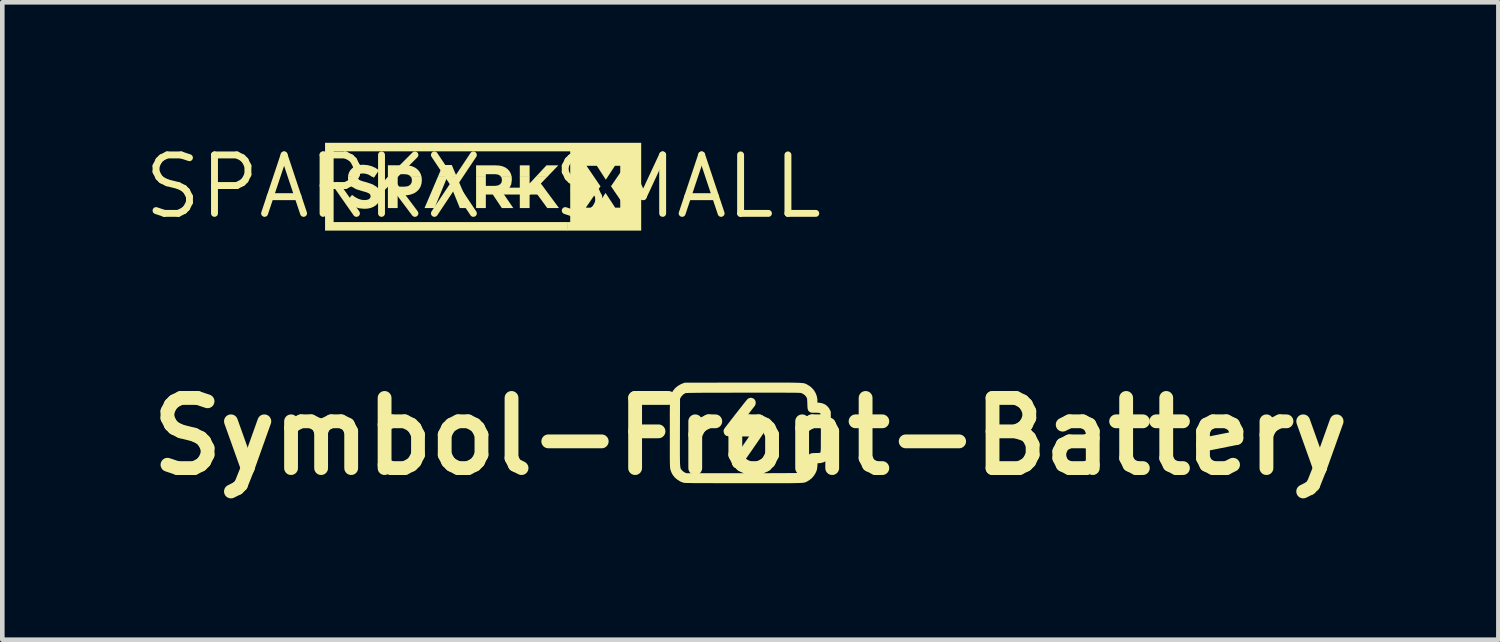
<source format=kicad_pcb>
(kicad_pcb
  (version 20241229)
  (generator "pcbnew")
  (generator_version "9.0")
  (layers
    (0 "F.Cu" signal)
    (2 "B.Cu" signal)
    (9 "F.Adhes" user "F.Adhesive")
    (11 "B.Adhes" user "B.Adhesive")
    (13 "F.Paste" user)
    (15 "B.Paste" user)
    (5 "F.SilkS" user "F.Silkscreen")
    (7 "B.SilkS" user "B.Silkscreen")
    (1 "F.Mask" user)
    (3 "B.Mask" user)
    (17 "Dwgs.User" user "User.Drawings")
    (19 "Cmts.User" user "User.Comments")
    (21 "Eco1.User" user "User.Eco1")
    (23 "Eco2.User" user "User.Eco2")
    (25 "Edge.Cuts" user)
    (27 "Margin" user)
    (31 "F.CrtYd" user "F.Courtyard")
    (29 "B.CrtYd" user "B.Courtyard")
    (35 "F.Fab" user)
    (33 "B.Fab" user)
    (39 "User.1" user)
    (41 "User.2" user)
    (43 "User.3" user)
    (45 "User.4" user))
  (footprint "Symbol-Front-Battery"
    (layer "F.Cu")
    (at 13.252 6.43)
    (property "Reference" "Symbol-Front-Battery" (at 0 0 0) (layer "F.SilkS") (effects (font (size 1.524 1.524) (thickness 0.3))))
    (attr board_only exclude_from_pos_files exclude_from_bom)
    (fp_poly (pts (xy 0.03 -0.836) (xy 0.062 -0.825) (xy 0.09 -0.803) (xy 0.106 -0.779) (xy 0.115 -0.75) (xy 0.116 -0.716) (xy 0.108 -0.685) (xy 0.1 -0.669) (xy 0.093 -0.659) (xy 0.078 -0.639) (xy 0.056 -0.611) (xy 0.029 -0.576) (xy -0.002 -0.536) (xy -0.037 -0.491) (xy -0.074 -0.444) (xy -0.081 -0.434) (xy -0.247 -0.222) (xy -0.016 -0.219) (xy 0.05 -0.218) (xy 0.105 -0.217) (xy 0.148 -0.215) (xy 0.182 -0.213) (xy 0.208 -0.21) (xy 0.228 -0.206) (xy 0.242 -0.201) (xy 0.253 -0.194) (xy 0.261 -0.186) (xy 0.269 -0.175) (xy 0.273 -0.168) (xy 0.282 -0.147) (xy 0.287 -0.12) (xy 0.289 -0.093) (xy 0.286 -0.072) (xy 0.283 -0.067) (xy 0.274 -0.052) (xy 0.258 -0.028) (xy 0.237 0.004) (xy 0.21 0.044) (xy 0.18 0.088) (xy 0.146 0.138) (xy 0.109 0.191) (xy 0.071 0.246) (xy 0.032 0.303) (xy -0.007 0.359) (xy -0.046 0.414) (xy -0.082 0.467) (xy -0.117 0.516) (xy -0.149 0.561) (xy -0.176 0.6) (xy -0.199 0.632) (xy -0.217 0.656) (xy -0.228 0.67) (xy -0.232 0.675) (xy -0.249 0.682) (xy -0.273 0.687) (xy -0.287 0.689) (xy -0.313 0.69) (xy -0.331 0.685) (xy -0.349 0.676) (xy -0.373 0.653) (xy -0.39 0.624) (xy -0.4 0.593) (xy -0.4 0.568) (xy -0.397 0.558) (xy -0.389 0.542) (xy -0.375 0.519) (xy -0.356 0.489) (xy -0.331 0.45) (xy -0.299 0.402) (xy -0.261 0.345) (xy -0.215 0.277) (xy -0.212 0.273) (xy -0.028 0.003) (xy -0.269 0) (xy -0.343 -0.001) (xy -0.404 -0.003) (xy -0.452 -0.004) (xy -0.488 -0.006) (xy -0.511 -0.009) (xy -0.523 -0.011) (xy -0.523 -0.011) (xy -0.537 -0.021) (xy -0.553 -0.036) (xy -0.557 -0.04) (xy -0.572 -0.065) (xy -0.58 -0.096) (xy -0.581 -0.128) (xy -0.573 -0.155) (xy -0.567 -0.164) (xy -0.554 -0.182) (xy -0.534 -0.209) (xy -0.508 -0.243) (xy -0.477 -0.282) (xy -0.443 -0.327) (xy -0.406 -0.375) (xy -0.366 -0.426) (xy -0.326 -0.478) (xy -0.285 -0.53) (xy -0.245 -0.581) (xy -0.207 -0.629) (xy -0.172 -0.674) (xy -0.14 -0.715) (xy -0.112 -0.749) (xy -0.09 -0.777) (xy -0.074 -0.796) (xy -0.066 -0.805) (xy -0.037 -0.827) (xy -0.004 -0.837)) (stroke (width 0) (type solid)) (fill yes) (layer "F.SilkS"))
    (fp_poly (pts (xy 0.591 -1.168) (xy 0.679 -1.168) (xy 0.757 -1.168) (xy 0.827 -1.168) (xy 0.889 -1.167) (xy 0.942 -1.166) (xy 0.989 -1.165) (xy 1.029 -1.164) (xy 1.064 -1.163) (xy 1.093 -1.161) (xy 1.118 -1.159) (xy 1.138 -1.157) (xy 1.156 -1.155) (xy 1.17 -1.152) (xy 1.182 -1.149) (xy 1.193 -1.145) (xy 1.202 -1.141) (xy 1.211 -1.137) (xy 1.221 -1.132) (xy 1.231 -1.127) (xy 1.236 -1.124) (xy 1.294 -1.089) (xy 1.345 -1.044) (xy 1.388 -0.991) (xy 1.422 -0.932) (xy 1.444 -0.87) (xy 1.456 -0.806) (xy 1.456 -0.783) (xy 1.456 -0.734) (xy 1.502 -0.73) (xy 1.564 -0.718) (xy 1.619 -0.696) (xy 1.665 -0.662) (xy 1.704 -0.618) (xy 1.725 -0.582) (xy 1.747 -0.537) (xy 1.749 -0.09) (xy 1.749 0.001) (xy 1.749 0.079) (xy 1.75 0.145) (xy 1.749 0.201) (xy 1.749 0.247) (xy 1.749 0.285) (xy 1.748 0.316) (xy 1.747 0.34) (xy 1.746 0.359) (xy 1.744 0.373) (xy 1.742 0.385) (xy 1.74 0.394) (xy 1.74 0.396) (xy 1.717 0.451) (xy 1.684 0.498) (xy 1.643 0.535) (xy 1.593 0.562) (xy 1.536 0.578) (xy 1.511 0.581) (xy 1.46 0.585) (xy 1.456 0.646) (xy 1.452 0.687) (xy 1.446 0.721) (xy 1.436 0.753) (xy 1.421 0.788) (xy 1.409 0.81) (xy 1.378 0.859) (xy 1.337 0.906) (xy 1.289 0.946) (xy 1.247 0.972) (xy 1.237 0.978) (xy 1.228 0.983) (xy 1.219 0.988) (xy 1.211 0.992) (xy 1.202 0.996) (xy 1.192 0.999) (xy 1.18 1.002) (xy 1.165 1.005) (xy 1.148 1.008) (xy 1.127 1.01) (xy 1.102 1.011) (xy 1.072 1.013) (xy 1.037 1.014) (xy 0.996 1.015) (xy 0.948 1.016) (xy 0.893 1.017) (xy 0.83 1.018) (xy 0.758 1.018) (xy 0.678 1.018) (xy 0.588 1.018) (xy 0.488 1.018) (xy 0.377 1.018) (xy 0.255 1.018) (xy 0.121 1.018) (xy -0.026 1.018) (xy -0.15 1.018) (xy -0.309 1.018) (xy -0.456 1.018) (xy -0.589 1.018) (xy -0.711 1.018) (xy -0.82 1.017) (xy -0.919 1.017) (xy -1.008 1.017) (xy -1.087 1.016) (xy -1.156 1.016) (xy -1.216 1.016) (xy -1.269 1.015) (xy -1.313 1.014) (xy -1.35 1.014) (xy -1.381 1.013) (xy -1.405 1.012) (xy -1.424 1.011) (xy -1.438 1.01) (xy -1.448 1.009) (xy -1.452 1.008) (xy -1.516 0.984) (xy -1.577 0.948) (xy -1.632 0.903) (xy -1.661 0.871) (xy -1.697 0.821) (xy -1.722 0.767) (xy -1.737 0.721) (xy -1.739 0.712) (xy -1.741 0.703) (xy -1.742 0.693) (xy -1.744 0.681) (xy -1.745 0.666) (xy -1.746 0.647) (xy -1.747 0.624) (xy -1.748 0.596) (xy -1.749 0.562) (xy -1.749 0.521) (xy -1.75 0.473) (xy -1.75 0.415) (xy -1.75 0.349) (xy -1.75 0.316) (xy -1.531 0.316) (xy -1.531 0.388) (xy -1.53 0.45) (xy -1.53 0.504) (xy -1.529 0.549) (xy -1.528 0.587) (xy -1.526 0.618) (xy -1.524 0.644) (xy -1.522 0.664) (xy -1.519 0.681) (xy -1.516 0.694) (xy -1.512 0.704) (xy -1.507 0.713) (xy -1.502 0.72) (xy -1.495 0.727) (xy -1.489 0.735) (xy -1.486 0.738) (xy -1.464 0.759) (xy -1.438 0.777) (xy -1.426 0.784) (xy -1.391 0.8) (xy -0.151 0.8) (xy 0.01 0.8) (xy 0.159 0.8) (xy 0.294 0.8) (xy 0.417 0.8) (xy 0.529 0.799) (xy 0.629 0.799) (xy 0.718 0.799) (xy 0.797 0.798) (xy 0.866 0.798) (xy 0.926 0.797) (xy 0.976 0.797) (xy 1.018 0.796) (xy 1.052 0.795) (xy 1.079 0.795) (xy 1.098 0.794) (xy 1.111 0.793) (xy 1.117 0.792) (xy 1.142 0.779) (xy 1.17 0.759) (xy 1.196 0.733) (xy 1.217 0.705) (xy 1.229 0.68) (xy 1.229 0.68) (xy 1.233 0.661) (xy 1.235 0.633) (xy 1.237 0.598) (xy 1.238 0.56) (xy 1.238 0.513) (xy 1.24 0.478) (xy 1.244 0.451) (xy 1.25 0.431) (xy 1.26 0.414) (xy 1.273 0.399) (xy 1.273 0.399) (xy 1.289 0.385) (xy 1.306 0.375) (xy 1.328 0.368) (xy 1.357 0.364) (xy 1.395 0.363) (xy 1.425 0.362) (xy 1.462 0.362) (xy 1.487 0.361) (xy 1.504 0.358) (xy 1.514 0.354) (xy 1.519 0.351) (xy 1.522 0.348) (xy 1.524 0.344) (xy 1.526 0.337) (xy 1.527 0.326) (xy 1.528 0.311) (xy 1.529 0.291) (xy 1.53 0.263) (xy 1.531 0.228) (xy 1.531 0.185) (xy 1.531 0.131) (xy 1.531 0.067) (xy 1.532 -0.01) (xy 1.532 -0.073) (xy 1.532 -0.158) (xy 1.531 -0.231) (xy 1.531 -0.292) (xy 1.531 -0.343) (xy 1.531 -0.384) (xy 1.53 -0.417) (xy 1.529 -0.442) (xy 1.528 -0.461) (xy 1.527 -0.475) (xy 1.525 -0.485) (xy 1.523 -0.491) (xy 1.521 -0.495) (xy 1.518 -0.499) (xy 1.518 -0.499) (xy 1.511 -0.505) (xy 1.502 -0.508) (xy 1.489 -0.511) (xy 1.469 -0.512) (xy 1.439 -0.513) (xy 1.409 -0.513) (xy 1.371 -0.513) (xy 1.344 -0.514) (xy 1.325 -0.515) (xy 1.311 -0.518) (xy 1.3 -0.523) (xy 1.292 -0.528) (xy 1.275 -0.541) (xy 1.262 -0.554) (xy 1.253 -0.571) (xy 1.246 -0.593) (xy 1.242 -0.621) (xy 1.239 -0.66) (xy 1.238 -0.708) (xy 1.236 -0.751) (xy 1.235 -0.782) (xy 1.233 -0.805) (xy 1.231 -0.821) (xy 1.227 -0.834) (xy 1.221 -0.845) (xy 1.214 -0.858) (xy 1.213 -0.859) (xy 1.184 -0.894) (xy 1.146 -0.922) (xy 1.103 -0.941) (xy 1.092 -0.943) (xy 1.082 -0.944) (xy 1.062 -0.945) (xy 1.031 -0.946) (xy 0.99 -0.947) (xy 0.938 -0.947) (xy 0.874 -0.948) (xy 0.8 -0.948) (xy 0.713 -0.949) (xy 0.615 -0.949) (xy 0.504 -0.949) (xy 0.381 -0.949) (xy 0.246 -0.949) (xy 0.097 -0.949) (xy -0.065 -0.949) (xy -0.168 -0.949) (xy -0.32 -0.949) (xy -0.459 -0.948) (xy -0.585 -0.948) (xy -0.7 -0.948) (xy -0.803 -0.948) (xy -0.896 -0.947) (xy -0.978 -0.947) (xy -1.051 -0.947) (xy -1.116 -0.946) (xy -1.172 -0.946) (xy -1.22 -0.945) (xy -1.261 -0.945) (xy -1.296 -0.944) (xy -1.325 -0.944) (xy -1.349 -0.943) (xy -1.368 -0.942) (xy -1.383 -0.941) (xy -1.395 -0.94) (xy -1.404 -0.939) (xy -1.41 -0.937) (xy -1.415 -0.936) (xy -1.419 -0.935) (xy -1.451 -0.915) (xy -1.482 -0.886) (xy -1.508 -0.854) (xy -1.513 -0.844) (xy -1.528 -0.817) (xy -1.53 -0.086) (xy -1.53 0.033) (xy -1.531 0.139) (xy -1.531 0.233) (xy -1.531 0.316) (xy -1.75 0.316) (xy -1.75 0.273) (xy -1.75 0.185) (xy -1.75 0.086) (xy -1.75 -0.025) (xy -1.75 -0.075) (xy -1.75 -0.194) (xy -1.75 -0.3) (xy -1.75 -0.394) (xy -1.75 -0.476) (xy -1.75 -0.548) (xy -1.749 -0.611) (xy -1.749 -0.664) (xy -1.748 -0.709) (xy -1.748 -0.746) (xy -1.747 -0.777) (xy -1.746 -0.801) (xy -1.745 -0.821) (xy -1.743 -0.836) (xy -1.742 -0.848) (xy -1.74 -0.856) (xy -1.74 -0.858) (xy -1.715 -0.929) (xy -1.679 -0.993) (xy -1.632 -1.049) (xy -1.575 -1.096) (xy -1.509 -1.134) (xy -1.47 -1.15) (xy -1.426 -1.166) (xy -0.169 -1.168) (xy -0.012 -1.168) (xy 0.132 -1.168) (xy 0.264 -1.168) (xy 0.384 -1.168) (xy 0.493 -1.168)) (stroke (width 0) (type solid)) (fill yes) (layer "F.SilkS")))
  (footprint "SPARKX-SMALL"
    (layer "F.Cu")
    (at 7.446 1.006)
    (property "Reference" "SPARKX-SMALL" (at 0 0 0) (layer "F.SilkS") (effects (font (size 1.27 1.27) (thickness 0.15))))
    (fp_poly (pts (xy -2.373 -0.196) (xy -2.434 -0.23) (xy -2.349 -0.23)) (stroke (width 0) (type default)) (fill yes) (layer "F.SilkS"))
    (fp_poly (pts (xy -0.574 -0.22) (xy -0.981 -0.22) (xy -0.874 -0.471) (xy -0.681 -0.471)) (stroke (width 0) (type default)) (fill yes) (layer "F.SilkS"))
    (fp_poly (pts (xy 1.01 -0.22) (xy 0.797 -0.22) (xy 0.797 -0.464) (xy 1.01 -0.464)) (stroke (width 0) (type default)) (fill yes) (layer "F.SilkS"))
    (fp_poly (pts (xy 1.399 -0.22) (xy 1.149 -0.22) (xy 1.376 -0.464) (xy 1.634 -0.464)) (stroke (width 0) (type default)) (fill yes) (layer "F.SilkS"))
    (fp_poly (pts (xy -0.283 0.465) (xy -0.505 0.465) (xy -0.78 -0.21) (xy -1.056 0.465) (xy -1.273 0.465) (xy -0.977 -0.23) (xy -0.579 -0.23)) (stroke (width 0) (type default)) (fill yes) (layer "F.SilkS"))
    (fp_poly (pts (xy 1.01 -0.07) (xy 1.158 -0.23) (xy 1.409 -0.23) (xy 1.254 -0.069) (xy 1.649 0.465) (xy 1.394 0.465) (xy 1.11 0.076) (xy 1.01 0.181) (xy 1.01 0.465) (xy 0.797 0.465) (xy 0.797 -0.23) (xy 1.01 -0.23)) (stroke (width 0) (type default)) (fill yes) (layer "F.SilkS"))
    (fp_poly (pts (xy 2.232 0.455) (xy 2.45 0.455) (xy 2.66 0.136) (xy 2.869 0.455) (xy 3.095 0.455) (xy 2.844 0.087) (xy 3.434 0.087) (xy 3.434 0.954) (xy 1.83 0.954) (xy 1.83 0.768) (xy 1.892 0.768) (xy 1.892 0.087) (xy 2.485 0.087)) (stroke (width 0) (type default)) (fill yes) (layer "F.SilkS"))
    (fp_poly (pts (xy -1.609 -0.46) (xy -1.539 -0.442) (xy -1.478 -0.414) (xy -1.426 -0.376) (xy -1.385 -0.329) (xy -1.355 -0.273) (xy -1.34 -0.22) (xy -1.575 -0.22) (xy -1.588 -0.237) (xy -1.638 -0.263) (xy -1.705 -0.272) (xy -1.856 -0.272) (xy -1.856 -0.22) (xy -2.069 -0.22) (xy -2.069 -0.466) (xy -1.688 -0.466)) (stroke (width 0) (type default)) (fill yes) (layer "F.SilkS"))
    (fp_poly (pts (xy 0.351 -0.459) (xy 0.42 -0.444) (xy 0.48 -0.419) (xy 0.531 -0.383) (xy 0.572 -0.338) (xy 0.601 -0.285) (xy 0.62 -0.22) (xy 0.384 -0.22) (xy 0.369 -0.24) (xy 0.321 -0.264) (xy 0.255 -0.272) (xy 0.059 -0.272) (xy 0.059 -0.22) (xy -0.153 -0.22) (xy -0.153 -0.464) (xy 0.272 -0.464)) (stroke (width 0) (type default)) (fill yes) (layer "F.SilkS"))
    (fp_poly (pts (xy 3.434 0.097) (xy 2.851 0.097) (xy 2.778 -0.01) (xy 3.081 -0.454) (xy 2.864 -0.454) (xy 2.666 -0.152) (xy 2.47 -0.454) (xy 2.246 -0.454) (xy 2.55 -0.008) (xy 2.478 0.097) (xy 1.892 0.097) (xy 1.892 -0.768) (xy -3.248 -0.768) (xy -3.248 0.768) (xy 1.84 0.768) (xy 1.84 0.954) (xy -3.434 0.954) (xy -3.434 -0.954) (xy 3.434 -0.954)) (stroke (width 0) (type default)) (fill yes) (layer "F.SilkS"))
    (fp_poly (pts (xy -2.513 -0.469) (xy -2.423 -0.446) (xy -2.341 -0.41) (xy -2.262 -0.357) (xy -2.356 -0.22) (xy -2.416 -0.22) (xy -2.497 -0.265) (xy -2.555 -0.282) (xy -2.613 -0.288) (xy -2.663 -0.283) (xy -2.698 -0.266) (xy -2.719 -0.242) (xy -2.724 -0.22) (xy -2.934 -0.22) (xy -2.93 -0.256) (xy -2.912 -0.311) (xy -2.884 -0.359) (xy -2.845 -0.4) (xy -2.798 -0.432) (xy -2.742 -0.457) (xy -2.68 -0.472) (xy -2.611 -0.477)) (stroke (width 0) (type default)) (fill yes) (layer "F.SilkS"))
    (fp_poly (pts (xy 0.059 -0.018) (xy 0.259 -0.018) (xy 0.324 -0.027) (xy 0.371 -0.053) (xy 0.4 -0.092) (xy 0.409 -0.144) (xy 0.409 -0.145) (xy 0.399 -0.201) (xy 0.377 -0.23) (xy 0.617 -0.23) (xy 0.619 -0.224) (xy 0.624 -0.156) (xy 0.624 -0.153) (xy 0.61 -0.05) (xy 0.568 0.032) (xy 0.505 0.094) (xy 0.429 0.133) (xy 0.656 0.465) (xy 0.407 0.465) (xy 0.211 0.171) (xy 0.059 0.171) (xy 0.059 0.465) (xy -0.153 0.465) (xy -0.153 -0.23) (xy 0.059 -0.23)) (stroke (width 0) (type default)) (fill yes) (layer "F.SilkS"))
    (fp_poly (pts (xy -1.856 -0.001) (xy -1.701 -0.001) (xy -1.635 -0.011) (xy -1.586 -0.039) (xy -1.556 -0.083) (xy -1.546 -0.136) (xy -1.546 -0.137) (xy -1.557 -0.196) (xy -1.583 -0.23) (xy -1.343 -0.23) (xy -1.337 -0.211) (xy -1.331 -0.142) (xy -1.331 -0.118) (xy -1.333 -0.123) (xy -1.339 -0.064) (xy -1.361 0.002) (xy -1.396 0.059) (xy -1.442 0.105) (xy -1.497 0.141) (xy -1.561 0.167) (xy -1.633 0.183) (xy -1.708 0.188) (xy -1.857 0.188) (xy -1.857 0.464) (xy -2.069 0.464) (xy -2.069 -0.23) (xy -1.856 -0.23)) (stroke (width 0) (type default)) (fill yes) (layer "F.SilkS"))
    (fp_poly (pts (xy -2.726 -0.213) (xy -2.726 -0.211) (xy -2.718 -0.174) (xy -2.689 -0.146) (xy -2.629 -0.122) (xy -2.531 -0.095) (xy -2.406 -0.053) (xy -2.313 0.002) (xy -2.279 0.038) (xy -2.254 0.08) (xy -2.24 0.128) (xy -2.235 0.185) (xy -2.235 0.191) (xy -2.241 0.256) (xy -2.26 0.314) (xy -2.29 0.364) (xy -2.331 0.405) (xy -2.381 0.437) (xy -2.439 0.461) (xy -2.504 0.475) (xy -2.577 0.48) (xy -2.682 0.471) (xy -2.785 0.444) (xy -2.882 0.397) (xy -2.974 0.329) (xy -2.848 0.178) (xy -2.781 0.226) (xy -2.716 0.261) (xy -2.647 0.284) (xy -2.572 0.291) (xy -2.517 0.285) (xy -2.477 0.269) (xy -2.453 0.243) (xy -2.444 0.209) (xy -2.444 0.207) (xy -2.452 0.174) (xy -2.477 0.147) (xy -2.533 0.122) (xy -2.627 0.095) (xy -2.754 0.056) (xy -2.851 0.003) (xy -2.887 -0.032) (xy -2.914 -0.075) (xy -2.93 -0.128) (xy -2.936 -0.192) (xy -2.936 -0.195) (xy -2.933 -0.23) (xy -2.722 -0.23)) (stroke (width 0) (type default)) (fill yes) (layer "F.SilkS")))
  (gr_rect
    (start -3 -3)
    (end 29.503 10.848)
    (stroke (width 0.1) (type default))
    (fill no)
    (layer "Edge.Cuts")))
</source>
